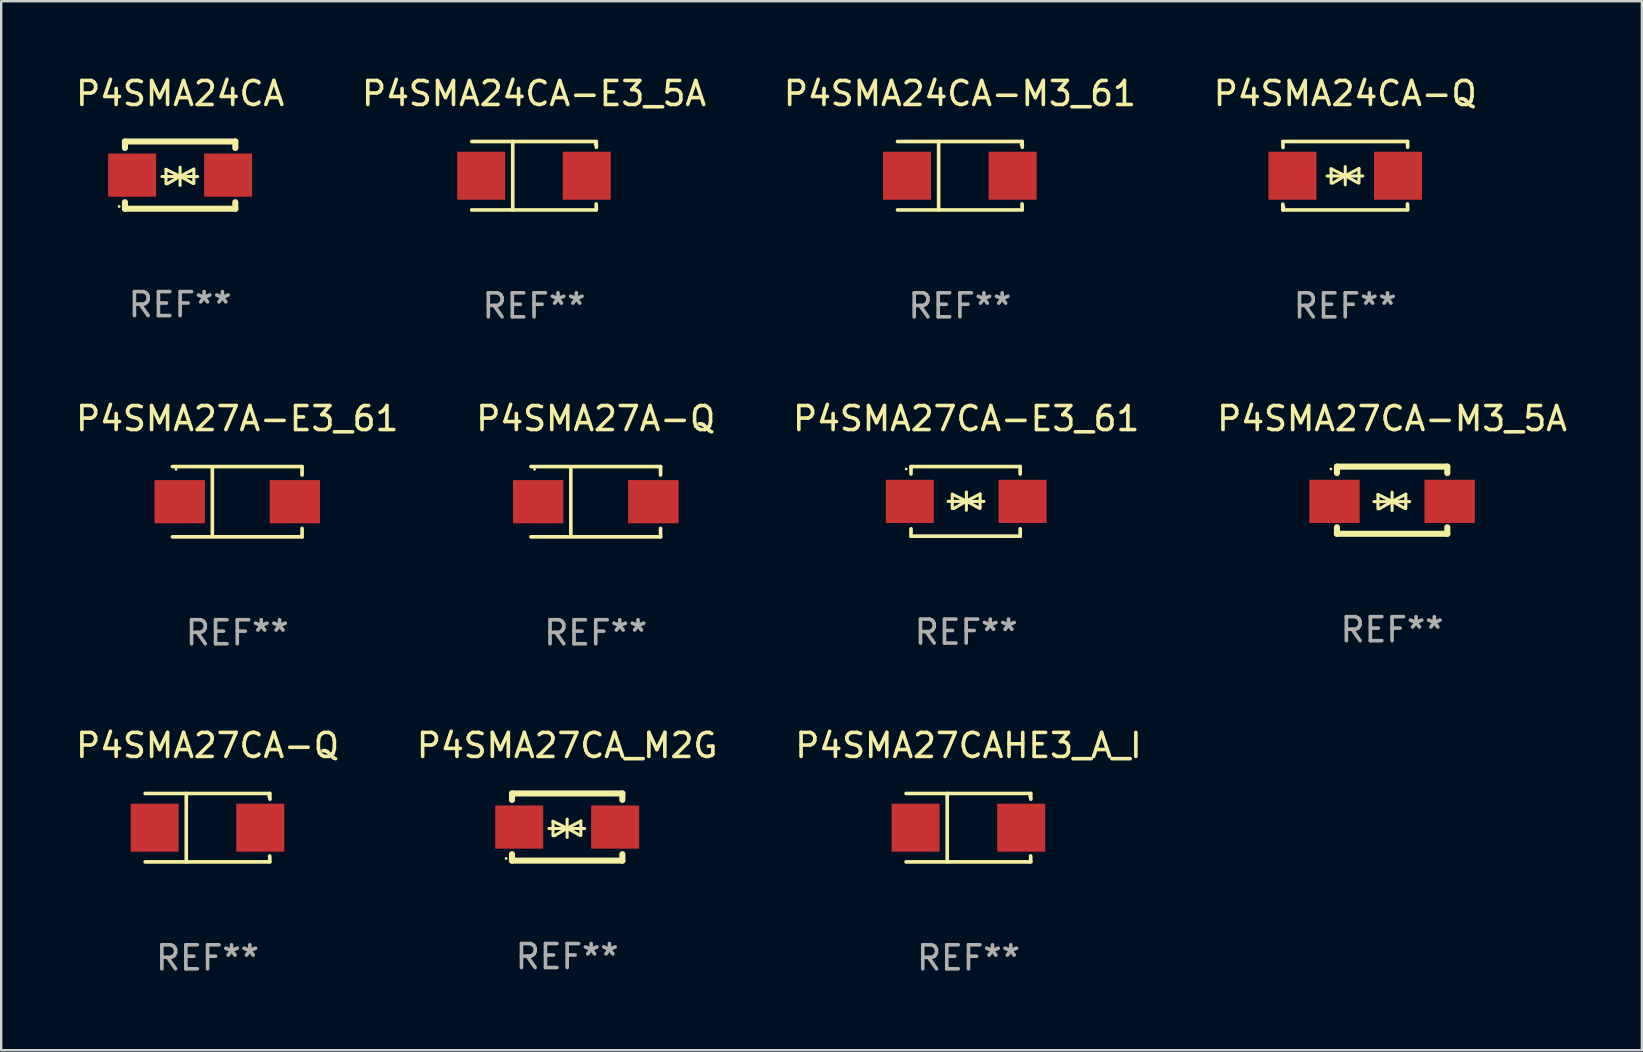
<source format=kicad_pcb>
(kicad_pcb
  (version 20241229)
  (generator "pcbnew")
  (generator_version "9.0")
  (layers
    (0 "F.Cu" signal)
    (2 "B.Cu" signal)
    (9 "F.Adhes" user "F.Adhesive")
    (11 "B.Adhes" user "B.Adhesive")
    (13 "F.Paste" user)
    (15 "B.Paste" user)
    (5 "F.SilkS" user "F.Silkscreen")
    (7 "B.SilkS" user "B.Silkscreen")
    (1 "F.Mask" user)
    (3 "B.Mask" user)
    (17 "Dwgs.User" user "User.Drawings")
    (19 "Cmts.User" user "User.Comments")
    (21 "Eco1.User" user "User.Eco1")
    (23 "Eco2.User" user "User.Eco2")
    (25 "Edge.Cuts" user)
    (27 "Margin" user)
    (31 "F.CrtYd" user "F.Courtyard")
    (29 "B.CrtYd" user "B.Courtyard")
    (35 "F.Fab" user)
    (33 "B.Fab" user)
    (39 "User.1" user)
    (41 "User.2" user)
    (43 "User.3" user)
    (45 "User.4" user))
  (footprint "P4SMA27CA_M2G"
    (layer "F.Cu")
    (at 20.589 31.421)
    (property "Reference" "P4SMA27CA_M2G" (at 0 -3.4 0) (layer "F.SilkS") (effects (font (size 1 1) (thickness 0.15))))
    (attr through_hole)
    (fp_line (start -2.3 -1.4) (end -2.3 -1.131) (stroke (width 0.254) (type solid)) (layer "F.SilkS"))
    (fp_line (start -2.3 -1.4) (end 2.3 -1.4) (stroke (width 0.254) (type solid)) (layer "F.SilkS"))
    (fp_line (start -2.3 1.131) (end -2.3 1.4) (stroke (width 0.254) (type solid)) (layer "F.SilkS"))
    (fp_line (start -2.3 1.4) (end 2.3 1.4) (stroke (width 0.254) (type solid)) (layer "F.SilkS"))
    (fp_line (start -0.76 0.06) (end 0.73 0.06) (stroke (width 0.127) (type solid)) (layer "F.SilkS"))
    (fp_line (start -0.59 -0.24) (end -0.59 0.36) (stroke (width 0.127) (type solid)) (layer "F.SilkS"))
    (fp_line (start -0.59 -0.24) (end -0.002 0.049) (stroke (width 0.127) (type solid)) (layer "F.SilkS"))
    (fp_line (start -0.53 0.36) (end -0.002 0.049) (stroke (width 0.127) (type solid)) (layer "F.SilkS"))
    (fp_line (start -0.002 0.049) (end -0.002 -0.332) (stroke (width 0.127) (type solid)) (layer "F.SilkS"))
    (fp_line (start -0.002 0.049) (end -0.002 0.43) (stroke (width 0.127) (type solid)) (layer "F.SilkS"))
    (fp_line (start 0.54 0.35) (end -0.002 0.049) (stroke (width 0.127) (type solid)) (layer "F.SilkS"))
    (fp_line (start 0.57 -0.25) (end -0.002 0.049) (stroke (width 0.127) (type solid)) (layer "F.SilkS"))
    (fp_line (start 0.57 -0.25) (end 0.57 0.35) (stroke (width 0.127) (type solid)) (layer "F.SilkS"))
    (fp_line (start 2.3 -1.4) (end 2.3 -1.131) (stroke (width 0.254) (type solid)) (layer "F.SilkS"))
    (fp_line (start 2.3 1.131) (end 2.3 1.4) (stroke (width 0.254) (type solid)) (layer "F.SilkS"))
    (fp_circle (center -2.542 1.308) (end -2.512 1.308) (stroke (width 0.06) (type solid)) (fill no) (layer "F.SilkS"))
    (fp_text user "REF**" (at 0 5.4 0) (layer "F.Fab") (effects (font (size 1 1) (thickness 0.15))))
    (pad "1" smd rect (at -2 0) (size 2 1.8) (layers "F.Cu" "F.Mask" "F.Paste"))
    (pad "2" smd rect (at 2 0) (size 2 1.8) (layers "F.Cu" "F.Mask" "F.Paste")))
  (footprint "P4SMA27A-Q"
    (layer "F.Cu")
    (at 21.78 17.861)
    (property "Reference" "P4SMA27A-Q" (at 0 -3.464 0) (layer "F.SilkS") (effects (font (size 1 1) (thickness 0.15))))
    (attr through_hole)
    (fp_line (start -2.701 -1.464) (end 2.701 -1.464) (stroke (width 0.152) (type solid)) (layer "F.SilkS"))
    (fp_line (start -2.701 1.464) (end 2.701 1.464) (stroke (width 0.152) (type solid)) (layer "F.SilkS"))
    (fp_line (start -1.039 -1.364) (end -1.039 1.364) (stroke (width 0.152) (type solid)) (layer "F.SilkS"))
    (fp_line (start 2.701 -1.464) (end 2.701 -1.113) (stroke (width 0.152) (type solid)) (layer "F.SilkS"))
    (fp_line (start 2.701 1.464) (end 2.701 1.113) (stroke (width 0.152) (type solid)) (layer "F.SilkS"))
    (fp_circle (center -2.55 -1.35) (end -2.52 -1.35) (stroke (width 0.06) (type solid)) (fill no) (layer "F.SilkS"))
    (fp_text user "REF**" (at 0 5.464 0) (layer "F.Fab") (effects (font (size 1 1) (thickness 0.15))))
    (pad "1" smd rect (at -2.4 0) (size 2.1 1.8) (layers "F.Cu" "F.Mask" "F.Paste"))
    (pad "2" smd rect (at 2.4 0) (size 2.1 1.8) (layers "F.Cu" "F.Mask" "F.Paste")))
  (footprint "P4SMA27CA-E3_61"
    (layer "F.Cu")
    (at 37.22 17.847)
    (property "Reference" "P4SMA27CA-E3_61" (at 0 -3.45 0) (layer "F.SilkS") (effects (font (size 1 1) (thickness 0.15))))
    (attr through_hole)
    (fp_line (start -2.3 -1.45) (end -2.3 -1.143) (stroke (width 0.152) (type solid)) (layer "F.SilkS"))
    (fp_line (start -2.3 -1.45) (end 2.25 -1.45) (stroke (width 0.152) (type solid)) (layer "F.SilkS"))
    (fp_line (start -2.3 1.45) (end -2.3 1.143) (stroke (width 0.152) (type solid)) (layer "F.SilkS"))
    (fp_line (start -0.75 0.000025) (end 0.74 0.000025) (stroke (width 0.127) (type solid)) (layer "F.SilkS"))
    (fp_line (start -0.58 -0.3) (end -0.58 0.3) (stroke (width 0.127) (type solid)) (layer "F.SilkS"))
    (fp_line (start -0.58 -0.3) (end 0.008 -0.011) (stroke (width 0.127) (type solid)) (layer "F.SilkS"))
    (fp_line (start -0.52 0.3) (end 0.008 -0.011) (stroke (width 0.127) (type solid)) (layer "F.SilkS"))
    (fp_line (start 0.008 -0.011) (end 0.008 -0.392) (stroke (width 0.127) (type solid)) (layer "F.SilkS"))
    (fp_line (start 0.008 -0.011) (end 0.008 0.37) (stroke (width 0.127) (type solid)) (layer "F.SilkS"))
    (fp_line (start 0.55 0.29) (end 0.008 -0.011) (stroke (width 0.127) (type solid)) (layer "F.SilkS"))
    (fp_line (start 0.58 -0.31) (end 0.008 -0.011) (stroke (width 0.127) (type solid)) (layer "F.SilkS"))
    (fp_line (start 0.58 -0.31) (end 0.58 0.29) (stroke (width 0.127) (type solid)) (layer "F.SilkS"))
    (fp_line (start 2.25 -1.45) (end 2.25 -1.143) (stroke (width 0.152) (type solid)) (layer "F.SilkS"))
    (fp_line (start 2.25 1.45) (end -2.3 1.45) (stroke (width 0.152) (type solid)) (layer "F.SilkS"))
    (fp_line (start 2.25 1.45) (end 2.25 1.143) (stroke (width 0.152) (type solid)) (layer "F.SilkS"))
    (fp_circle (center -2.5 -1.35) (end -2.47 -1.35) (stroke (width 0.06) (type solid)) (fill no) (layer "F.SilkS"))
    (fp_text user "REF**" (at 0 5.45 0) (layer "F.Fab") (effects (font (size 1 1) (thickness 0.15))))
    (pad "1" smd rect (at -2.35 -0.000025) (size 2 1.8) (layers "F.Cu" "F.Mask" "F.Paste"))
    (pad "2" smd rect (at 2.35 -0.000025) (size 2 1.8) (layers "F.Cu" "F.Mask" "F.Paste")))
  (footprint "P4SMA27A-E3_61"
    (layer "F.Cu")
    (at 6.839 17.861)
    (property "Reference" "P4SMA27A-E3_61" (at 0 -3.464 0) (layer "F.SilkS") (effects (font (size 1 1) (thickness 0.15))))
    (attr through_hole)
    (fp_line (start -2.701 -1.464) (end 2.701 -1.464) (stroke (width 0.152) (type solid)) (layer "F.SilkS"))
    (fp_line (start -2.701 1.464) (end 2.701 1.464) (stroke (width 0.152) (type solid)) (layer "F.SilkS"))
    (fp_line (start -1.039 -1.364) (end -1.039 1.364) (stroke (width 0.152) (type solid)) (layer "F.SilkS"))
    (fp_line (start 2.701 -1.464) (end 2.701 -1.113) (stroke (width 0.152) (type solid)) (layer "F.SilkS"))
    (fp_line (start 2.701 1.464) (end 2.701 1.113) (stroke (width 0.152) (type solid)) (layer "F.SilkS"))
    (fp_circle (center -2.55 -1.35) (end -2.52 -1.35) (stroke (width 0.06) (type solid)) (fill no) (layer "F.SilkS"))
    (fp_text user "REF**" (at 0 5.464 0) (layer "F.Fab") (effects (font (size 1 1) (thickness 0.15))))
    (pad "1" smd rect (at -2.4 0) (size 2.1 1.8) (layers "F.Cu" "F.Mask" "F.Paste"))
    (pad "2" smd rect (at 2.4 0) (size 2.1 1.8) (layers "F.Cu" "F.Mask" "F.Paste")))
  (footprint "P4SMA27CA-M3_5A"
    (layer "F.Cu")
    (at 54.97 17.797)
    (property "Reference" "P4SMA27CA-M3_5A" (at 0 -3.4 0) (layer "F.SilkS") (effects (font (size 1 1) (thickness 0.15))))
    (attr through_hole)
    (fp_line (start -2.298 -1.4) (end -2.298 -1.131) (stroke (width 0.254) (type solid)) (layer "F.SilkS"))
    (fp_line (start -2.298 -1.4) (end 2.302 -1.4) (stroke (width 0.254) (type solid)) (layer "F.SilkS"))
    (fp_line (start -2.298 1.131) (end -2.298 1.4) (stroke (width 0.254) (type solid)) (layer "F.SilkS"))
    (fp_line (start -2.298 1.4) (end 2.302 1.4) (stroke (width 0.254) (type solid)) (layer "F.SilkS"))
    (fp_line (start -0.758 0.06) (end 0.732 0.06) (stroke (width 0.127) (type solid)) (layer "F.SilkS"))
    (fp_line (start -0.588 -0.24) (end -0.588 0.36) (stroke (width 0.127) (type solid)) (layer "F.SilkS"))
    (fp_line (start -0.588 -0.24) (end 0.000025 0.049) (stroke (width 0.127) (type solid)) (layer "F.SilkS"))
    (fp_line (start -0.528 0.36) (end 0.000025 0.049) (stroke (width 0.127) (type solid)) (layer "F.SilkS"))
    (fp_line (start 0.000025 0.049) (end 0.000025 -0.332) (stroke (width 0.127) (type solid)) (layer "F.SilkS"))
    (fp_line (start 0.000025 0.049) (end 0.000025 0.43) (stroke (width 0.127) (type solid)) (layer "F.SilkS"))
    (fp_line (start 0.542 0.35) (end 0.000025 0.049) (stroke (width 0.127) (type solid)) (layer "F.SilkS"))
    (fp_line (start 0.572 -0.25) (end 0.000025 0.049) (stroke (width 0.127) (type solid)) (layer "F.SilkS"))
    (fp_line (start 0.572 -0.25) (end 0.572 0.35) (stroke (width 0.127) (type solid)) (layer "F.SilkS"))
    (fp_line (start 2.302 -1.4) (end 2.302 -1.131) (stroke (width 0.254) (type solid)) (layer "F.SilkS"))
    (fp_line (start 2.302 1.131) (end 2.302 1.4) (stroke (width 0.254) (type solid)) (layer "F.SilkS"))
    (fp_circle (center -2.549 -1.301) (end -2.519 -1.301) (stroke (width 0.06) (type solid)) (fill no) (layer "F.SilkS"))
    (fp_text user "REF**" (at 0 5.4 0) (layer "F.Fab") (effects (font (size 1 1) (thickness 0.15))))
    (pad "1" smd rect (at -2.4 0.049) (size 2.1 1.8) (layers "F.Cu" "F.Mask" "F.Paste"))
    (pad "2" smd rect (at 2.4 0.049) (size 2.1 1.8) (layers "F.Cu" "F.Mask" "F.Paste")))
  (footprint "P4SMA27CAHE3_A_I"
    (layer "F.Cu")
    (at 37.315 31.447)
    (property "Reference" "P4SMA27CAHE3_A_I" (at 0 -3.426 0) (layer "F.SilkS") (effects (font (size 1 1) (thickness 0.15))))
    (attr through_hole)
    (fp_line (start -2.6 -1.426) (end 2.593 -1.426) (stroke (width 0.152) (type solid)) (layer "F.SilkS"))
    (fp_line (start -2.6 1.426) (end 2.593 1.426) (stroke (width 0.152) (type solid)) (layer "F.SilkS"))
    (fp_line (start -0.887 -1.426) (end -0.887 1.426) (stroke (width 0.152) (type solid)) (layer "F.SilkS"))
    (fp_line (start 2.59 1.176) (end 2.597 1.415) (stroke (width 0.152) (type solid)) (layer "F.SilkS"))
    (fp_line (start 2.593 -1.426) (end 2.6 -1.187) (stroke (width 0.152) (type solid)) (layer "F.SilkS"))
    (fp_circle (center 2.547 -1.3) (end 2.577 -1.3) (stroke (width 0.06) (type solid)) (fill no) (layer "F.SilkS"))
    (fp_text user "REF**" (at 0 5.426 0) (layer "F.Fab") (effects (font (size 1 1) (thickness 0.15))))
    (pad "1" smd rect (at 2.197 -0.000025 180) (size 2 2) (layers "F.Cu" "F.Mask" "F.Paste"))
    (pad "2" smd rect (at -2.203 -0.000025 180) (size 2 2) (layers "F.Cu" "F.Mask" "F.Paste")))
  (footprint "P4SMA24CA-Q"
    (layer "F.Cu")
    (at 53.018 4.274)
    (property "Reference" "P4SMA24CA-Q" (at 0 -3.426 0) (layer "F.SilkS") (effects (font (size 1 1) (thickness 0.15))))
    (attr through_hole)
    (fp_line (start -2.596 -1.426) (end 2.596 -1.426) (stroke (width 0.152) (type solid)) (layer "F.SilkS"))
    (fp_line (start -2.596 1.426) (end -2.603 1.187) (stroke (width 0.152) (type solid)) (layer "F.SilkS"))
    (fp_line (start -2.596 1.426) (end 2.596 1.426) (stroke (width 0.152) (type solid)) (layer "F.SilkS"))
    (fp_line (start -2.593 -1.176) (end -2.6 -1.415) (stroke (width 0.152) (type solid)) (layer "F.SilkS"))
    (fp_line (start -0.758 0.011) (end 0.732 0.011) (stroke (width 0.127) (type solid)) (layer "F.SilkS"))
    (fp_line (start -0.588 -0.289) (end -0.588 0.311) (stroke (width 0.127) (type solid)) (layer "F.SilkS"))
    (fp_line (start -0.588 -0.289) (end 0 0) (stroke (width 0.127) (type solid)) (layer "F.SilkS"))
    (fp_line (start -0.528 0.311) (end 0 0) (stroke (width 0.127) (type solid)) (layer "F.SilkS"))
    (fp_line (start 0 0) (end 0 -0.381) (stroke (width 0.127) (type solid)) (layer "F.SilkS"))
    (fp_line (start 0 0) (end 0 0.381) (stroke (width 0.127) (type solid)) (layer "F.SilkS"))
    (fp_line (start 0.542 0.301) (end 0 0) (stroke (width 0.127) (type solid)) (layer "F.SilkS"))
    (fp_line (start 0.572 -0.299) (end 0 0) (stroke (width 0.127) (type solid)) (layer "F.SilkS"))
    (fp_line (start 0.572 -0.299) (end 0.572 0.301) (stroke (width 0.127) (type solid)) (layer "F.SilkS"))
    (fp_line (start 2.593 1.176) (end 2.6 1.415) (stroke (width 0.152) (type solid)) (layer "F.SilkS"))
    (fp_line (start 2.596 -1.426) (end 2.603 -1.187) (stroke (width 0.152) (type solid)) (layer "F.SilkS"))
    (fp_circle (center -2.55 1.3) (end -2.52 1.3) (stroke (width 0.06) (type solid)) (fill no) (layer "F.SilkS"))
    (fp_text user "REF**" (at 0 5.426 0) (layer "F.Fab") (effects (font (size 1 1) (thickness 0.15))))
    (pad "1" smd rect (at -2.2 0 180) (size 2 2) (layers "F.Cu" "F.Mask" "F.Paste"))
    (pad "2" smd rect (at 2.2 0 180) (size 2 2) (layers "F.Cu" "F.Mask" "F.Paste")))
  (footprint "P4SMA24CA-E3_5A"
    (layer "F.Cu")
    (at 19.208 4.274)
    (property "Reference" "P4SMA24CA-E3_5A" (at 0 -3.426 0) (layer "F.SilkS") (effects (font (size 1 1) (thickness 0.15))))
    (attr through_hole)
    (fp_line (start -2.6 -1.426) (end 2.593 -1.426) (stroke (width 0.152) (type solid)) (layer "F.SilkS"))
    (fp_line (start -2.6 1.426) (end 2.593 1.426) (stroke (width 0.152) (type solid)) (layer "F.SilkS"))
    (fp_line (start -0.887 -1.426) (end -0.887 1.426) (stroke (width 0.152) (type solid)) (layer "F.SilkS"))
    (fp_line (start 2.59 1.176) (end 2.597 1.415) (stroke (width 0.152) (type solid)) (layer "F.SilkS"))
    (fp_line (start 2.593 -1.426) (end 2.6 -1.187) (stroke (width 0.152) (type solid)) (layer "F.SilkS"))
    (fp_circle (center 2.547 -1.3) (end 2.577 -1.3) (stroke (width 0.06) (type solid)) (fill no) (layer "F.SilkS"))
    (fp_text user "REF**" (at 0 5.426 0) (layer "F.Fab") (effects (font (size 1 1) (thickness 0.15))))
    (pad "1" smd rect (at 2.197 -0.000025 180) (size 2 2) (layers "F.Cu" "F.Mask" "F.Paste"))
    (pad "2" smd rect (at -2.203 -0.000025 180) (size 2 2) (layers "F.Cu" "F.Mask" "F.Paste")))
  (footprint "P4SMA24CA"
    (layer "F.Cu")
    (at 4.458 4.248)
    (property "Reference" "P4SMA24CA" (at 0 -3.4 0) (layer "F.SilkS") (effects (font (size 1 1) (thickness 0.15))))
    (attr through_hole)
    (fp_line (start -2.3 -1.4) (end -2.3 -1.131) (stroke (width 0.254) (type solid)) (layer "F.SilkS"))
    (fp_line (start -2.3 -1.4) (end 2.3 -1.4) (stroke (width 0.254) (type solid)) (layer "F.SilkS"))
    (fp_line (start -2.3 1.131) (end -2.3 1.4) (stroke (width 0.254) (type solid)) (layer "F.SilkS"))
    (fp_line (start -2.3 1.4) (end 2.3 1.4) (stroke (width 0.254) (type solid)) (layer "F.SilkS"))
    (fp_line (start -0.76 0.06) (end 0.73 0.06) (stroke (width 0.127) (type solid)) (layer "F.SilkS"))
    (fp_line (start -0.59 -0.24) (end -0.59 0.36) (stroke (width 0.127) (type solid)) (layer "F.SilkS"))
    (fp_line (start -0.59 -0.24) (end -0.002 0.049) (stroke (width 0.127) (type solid)) (layer "F.SilkS"))
    (fp_line (start -0.53 0.36) (end -0.002 0.049) (stroke (width 0.127) (type solid)) (layer "F.SilkS"))
    (fp_line (start -0.002 0.049) (end -0.002 -0.332) (stroke (width 0.127) (type solid)) (layer "F.SilkS"))
    (fp_line (start -0.002 0.049) (end -0.002 0.43) (stroke (width 0.127) (type solid)) (layer "F.SilkS"))
    (fp_line (start 0.54 0.35) (end -0.002 0.049) (stroke (width 0.127) (type solid)) (layer "F.SilkS"))
    (fp_line (start 0.57 -0.25) (end -0.002 0.049) (stroke (width 0.127) (type solid)) (layer "F.SilkS"))
    (fp_line (start 0.57 -0.25) (end 0.57 0.35) (stroke (width 0.127) (type solid)) (layer "F.SilkS"))
    (fp_line (start 2.3 -1.4) (end 2.3 -1.131) (stroke (width 0.254) (type solid)) (layer "F.SilkS"))
    (fp_line (start 2.3 1.131) (end 2.3 1.4) (stroke (width 0.254) (type solid)) (layer "F.SilkS"))
    (fp_circle (center -2.542 1.308) (end -2.512 1.308) (stroke (width 0.06) (type solid)) (fill no) (layer "F.SilkS"))
    (fp_text user "REF**" (at 0 5.4 0) (layer "F.Fab") (effects (font (size 1 1) (thickness 0.15))))
    (pad "1" smd rect (at -2 0) (size 2 1.8) (layers "F.Cu" "F.Mask" "F.Paste"))
    (pad "2" smd rect (at 2 0) (size 2 1.8) (layers "F.Cu" "F.Mask" "F.Paste")))
  (footprint "P4SMA24CA-M3_61"
    (layer "F.Cu")
    (at 36.958 4.274)
    (property "Reference" "P4SMA24CA-M3_61" (at 0 -3.426 0) (layer "F.SilkS") (effects (font (size 1 1) (thickness 0.15))))
    (attr through_hole)
    (fp_line (start -2.6 -1.426) (end 2.593 -1.426) (stroke (width 0.152) (type solid)) (layer "F.SilkS"))
    (fp_line (start -2.6 1.426) (end 2.593 1.426) (stroke (width 0.152) (type solid)) (layer "F.SilkS"))
    (fp_line (start -0.887 -1.426) (end -0.887 1.426) (stroke (width 0.152) (type solid)) (layer "F.SilkS"))
    (fp_line (start 2.59 1.176) (end 2.597 1.415) (stroke (width 0.152) (type solid)) (layer "F.SilkS"))
    (fp_line (start 2.593 -1.426) (end 2.6 -1.187) (stroke (width 0.152) (type solid)) (layer "F.SilkS"))
    (fp_circle (center 2.547 -1.3) (end 2.577 -1.3) (stroke (width 0.06) (type solid)) (fill no) (layer "F.SilkS"))
    (fp_text user "REF**" (at 0 5.426 0) (layer "F.Fab") (effects (font (size 1 1) (thickness 0.15))))
    (pad "1" smd rect (at 2.197 -0.000025 180) (size 2 2) (layers "F.Cu" "F.Mask" "F.Paste"))
    (pad "2" smd rect (at -2.203 -0.000025 180) (size 2 2) (layers "F.Cu" "F.Mask" "F.Paste")))
  (footprint "P4SMA27CA-Q"
    (layer "F.Cu")
    (at 5.601 31.447)
    (property "Reference" "P4SMA27CA-Q" (at 0 -3.426 0) (layer "F.SilkS") (effects (font (size 1 1) (thickness 0.15))))
    (attr through_hole)
    (fp_line (start -2.6 -1.426) (end 2.593 -1.426) (stroke (width 0.152) (type solid)) (layer "F.SilkS"))
    (fp_line (start -2.6 1.426) (end 2.593 1.426) (stroke (width 0.152) (type solid)) (layer "F.SilkS"))
    (fp_line (start -0.887 -1.426) (end -0.887 1.426) (stroke (width 0.152) (type solid)) (layer "F.SilkS"))
    (fp_line (start 2.59 1.176) (end 2.597 1.415) (stroke (width 0.152) (type solid)) (layer "F.SilkS"))
    (fp_line (start 2.593 -1.426) (end 2.6 -1.187) (stroke (width 0.152) (type solid)) (layer "F.SilkS"))
    (fp_circle (center 2.547 -1.3) (end 2.577 -1.3) (stroke (width 0.06) (type solid)) (fill no) (layer "F.SilkS"))
    (fp_text user "REF**" (at 0 5.426 0) (layer "F.Fab") (effects (font (size 1 1) (thickness 0.15))))
    (pad "1" smd rect (at 2.197 -0.000025 180) (size 2 2) (layers "F.Cu" "F.Mask" "F.Paste"))
    (pad "2" smd rect (at -2.203 -0.000025 180) (size 2 2) (layers "F.Cu" "F.Mask" "F.Paste")))
  (gr_rect
    (start -3 -3)
    (end 65.381 40.722)
    (stroke (width 0.1) (type default))
    (fill no)
    (layer "Edge.Cuts")))
</source>
